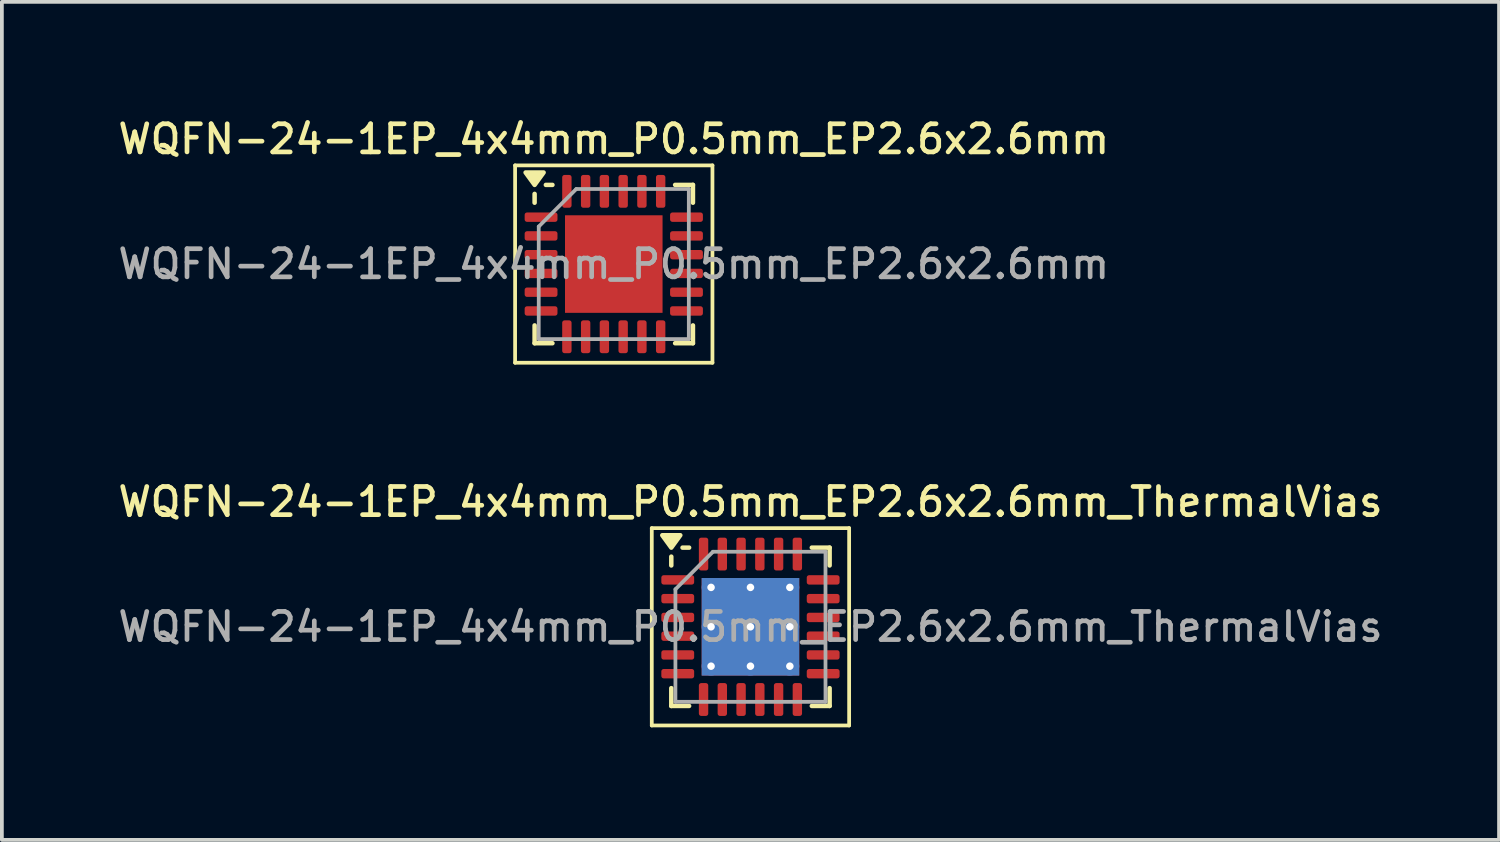
<source format=kicad_pcb>
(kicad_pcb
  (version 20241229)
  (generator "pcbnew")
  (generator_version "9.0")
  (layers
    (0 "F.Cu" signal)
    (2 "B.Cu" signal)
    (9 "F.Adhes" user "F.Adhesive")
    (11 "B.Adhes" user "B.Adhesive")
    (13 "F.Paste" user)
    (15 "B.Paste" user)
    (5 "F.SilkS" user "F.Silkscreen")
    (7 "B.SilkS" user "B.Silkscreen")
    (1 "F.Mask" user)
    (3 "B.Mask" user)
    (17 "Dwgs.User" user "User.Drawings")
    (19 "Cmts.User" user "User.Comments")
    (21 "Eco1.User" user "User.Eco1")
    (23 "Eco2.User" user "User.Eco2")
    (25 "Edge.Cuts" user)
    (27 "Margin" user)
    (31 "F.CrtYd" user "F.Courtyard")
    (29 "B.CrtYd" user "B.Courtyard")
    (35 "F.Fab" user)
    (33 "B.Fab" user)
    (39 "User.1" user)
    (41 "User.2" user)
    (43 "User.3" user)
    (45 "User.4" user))
  (footprint "WQFN-24-1EP_4x4mm_P0.5mm_EP2.6x2.6mm_ThermalVias"
    (layer "F.Cu")
    (at 16.952 13.656)
    (property "Reference" "WQFN-24-1EP_4x4mm_P0.5mm_EP2.6x2.6mm_ThermalVias" (at 0 -3.33 0) (layer "F.SilkS") (effects (font (size 0.75 0.75) (thickness 0.125))))
    (attr smd)
    (fp_line (start -2.63 -2.63) (end -2.63 2.63) (stroke (width 0.1) (type solid)) (layer "F.SilkS"))
    (fp_line (start -2.63 2.63) (end 2.63 2.63) (stroke (width 0.1) (type solid)) (layer "F.SilkS"))
    (fp_line (start -2.11 -1.635) (end -2.11 -1.87) (stroke (width 0.12) (type solid)) (layer "F.SilkS"))
    (fp_line (start -2.11 2.11) (end -2.11 1.635) (stroke (width 0.12) (type solid)) (layer "F.SilkS"))
    (fp_line (start -1.635 -2.11) (end -1.81 -2.11) (stroke (width 0.12) (type solid)) (layer "F.SilkS"))
    (fp_line (start -1.635 2.11) (end -2.11 2.11) (stroke (width 0.12) (type solid)) (layer "F.SilkS"))
    (fp_line (start 1.635 -2.11) (end 2.11 -2.11) (stroke (width 0.12) (type solid)) (layer "F.SilkS"))
    (fp_line (start 1.635 2.11) (end 2.11 2.11) (stroke (width 0.12) (type solid)) (layer "F.SilkS"))
    (fp_line (start 2.11 -2.11) (end 2.11 -1.635) (stroke (width 0.12) (type solid)) (layer "F.SilkS"))
    (fp_line (start 2.11 2.11) (end 2.11 1.635) (stroke (width 0.12) (type solid)) (layer "F.SilkS"))
    (fp_line (start 2.63 -2.63) (end -2.63 -2.63) (stroke (width 0.1) (type solid)) (layer "F.SilkS"))
    (fp_line (start 2.63 2.63) (end 2.63 -2.63) (stroke (width 0.1) (type solid)) (layer "F.SilkS"))
    (fp_poly (pts (xy -2.11 -2.11) (xy -2.35 -2.44) (xy -1.87 -2.44) (xy -2.11 -2.11)) (stroke (width 0.12) (type solid)) (fill yes) (layer "F.SilkS"))
    (fp_line (start -2 -1) (end -1 -2) (stroke (width 0.1) (type solid)) (layer "F.Fab"))
    (fp_line (start -2 2) (end -2 -1) (stroke (width 0.1) (type solid)) (layer "F.Fab"))
    (fp_line (start -1 -2) (end 2 -2) (stroke (width 0.1) (type solid)) (layer "F.Fab"))
    (fp_line (start 2 -2) (end 2 2) (stroke (width 0.1) (type solid)) (layer "F.Fab"))
    (fp_line (start 2 2) (end -2 2) (stroke (width 0.1) (type solid)) (layer "F.Fab"))
    (fp_text user "${REFERENCE}" (at 0 0 0) (layer "F.Fab") (effects (font (size 0.75 0.75) (thickness 0.125))))
    (pad "" smd roundrect (at -0.65 -0.65) (size 1.13 1.13) (layers "F.Paste") (roundrect_rratio 0.221))
    (pad "" smd roundrect (at -0.65 0.65) (size 1.13 1.13) (layers "F.Paste") (roundrect_rratio 0.221))
    (pad "" smd roundrect (at 0.65 -0.65) (size 1.13 1.13) (layers "F.Paste") (roundrect_rratio 0.221))
    (pad "" smd roundrect (at 0.65 0.65) (size 1.13 1.13) (layers "F.Paste") (roundrect_rratio 0.221))
    (pad "1" smd roundrect (at -1.938 -1.25) (size 0.875 0.25) (layers "F.Cu" "F.Mask" "F.Paste") (roundrect_rratio 0.25))
    (pad "2" smd roundrect (at -1.938 -0.75) (size 0.875 0.25) (layers "F.Cu" "F.Mask" "F.Paste") (roundrect_rratio 0.25))
    (pad "3" smd roundrect (at -1.938 -0.25) (size 0.875 0.25) (layers "F.Cu" "F.Mask" "F.Paste") (roundrect_rratio 0.25))
    (pad "4" smd roundrect (at -1.938 0.25) (size 0.875 0.25) (layers "F.Cu" "F.Mask" "F.Paste") (roundrect_rratio 0.25))
    (pad "5" smd roundrect (at -1.938 0.75) (size 0.875 0.25) (layers "F.Cu" "F.Mask" "F.Paste") (roundrect_rratio 0.25))
    (pad "6" smd roundrect (at -1.938 1.25) (size 0.875 0.25) (layers "F.Cu" "F.Mask" "F.Paste") (roundrect_rratio 0.25))
    (pad "7" smd roundrect (at -1.25 1.938) (size 0.25 0.875) (layers "F.Cu" "F.Mask" "F.Paste") (roundrect_rratio 0.25))
    (pad "8" smd roundrect (at -0.75 1.938) (size 0.25 0.875) (layers "F.Cu" "F.Mask" "F.Paste") (roundrect_rratio 0.25))
    (pad "9" smd roundrect (at -0.25 1.938) (size 0.25 0.875) (layers "F.Cu" "F.Mask" "F.Paste") (roundrect_rratio 0.25))
    (pad "10" smd roundrect (at 0.25 1.938) (size 0.25 0.875) (layers "F.Cu" "F.Mask" "F.Paste") (roundrect_rratio 0.25))
    (pad "11" smd roundrect (at 0.75 1.938) (size 0.25 0.875) (layers "F.Cu" "F.Mask" "F.Paste") (roundrect_rratio 0.25))
    (pad "12" smd roundrect (at 1.25 1.938) (size 0.25 0.875) (layers "F.Cu" "F.Mask" "F.Paste") (roundrect_rratio 0.25))
    (pad "13" smd roundrect (at 1.938 1.25) (size 0.875 0.25) (layers "F.Cu" "F.Mask" "F.Paste") (roundrect_rratio 0.25))
    (pad "14" smd roundrect (at 1.938 0.75) (size 0.875 0.25) (layers "F.Cu" "F.Mask" "F.Paste") (roundrect_rratio 0.25))
    (pad "15" smd roundrect (at 1.938 0.25) (size 0.875 0.25) (layers "F.Cu" "F.Mask" "F.Paste") (roundrect_rratio 0.25))
    (pad "16" smd roundrect (at 1.938 -0.25) (size 0.875 0.25) (layers "F.Cu" "F.Mask" "F.Paste") (roundrect_rratio 0.25))
    (pad "17" smd roundrect (at 1.938 -0.75) (size 0.875 0.25) (layers "F.Cu" "F.Mask" "F.Paste") (roundrect_rratio 0.25))
    (pad "18" smd roundrect (at 1.938 -1.25) (size 0.875 0.25) (layers "F.Cu" "F.Mask" "F.Paste") (roundrect_rratio 0.25))
    (pad "19" smd roundrect (at 1.25 -1.938) (size 0.25 0.875) (layers "F.Cu" "F.Mask" "F.Paste") (roundrect_rratio 0.25))
    (pad "20" smd roundrect (at 0.75 -1.938) (size 0.25 0.875) (layers "F.Cu" "F.Mask" "F.Paste") (roundrect_rratio 0.25))
    (pad "21" smd roundrect (at 0.25 -1.938) (size 0.25 0.875) (layers "F.Cu" "F.Mask" "F.Paste") (roundrect_rratio 0.25))
    (pad "22" smd roundrect (at -0.25 -1.938) (size 0.25 0.875) (layers "F.Cu" "F.Mask" "F.Paste") (roundrect_rratio 0.25))
    (pad "23" smd roundrect (at -0.75 -1.938) (size 0.25 0.875) (layers "F.Cu" "F.Mask" "F.Paste") (roundrect_rratio 0.25))
    (pad "24" smd roundrect (at -1.25 -1.938) (size 0.25 0.875) (layers "F.Cu" "F.Mask" "F.Paste") (roundrect_rratio 0.25))
    (pad "25" thru_hole circle (at -1.05 -1.05) (size 0.5 0.5) (drill 0.2) (property pad_prop_heatsink) (layers "*.Cu"))
    (pad "25" thru_hole circle (at -1.05 0) (size 0.5 0.5) (drill 0.2) (property pad_prop_heatsink) (layers "*.Cu"))
    (pad "25" thru_hole circle (at -1.05 1.05) (size 0.5 0.5) (drill 0.2) (property pad_prop_heatsink) (layers "*.Cu"))
    (pad "25" thru_hole circle (at 0 -1.05) (size 0.5 0.5) (drill 0.2) (property pad_prop_heatsink) (layers "*.Cu"))
    (pad "25" thru_hole circle (at 0 0) (size 0.5 0.5) (drill 0.2) (property pad_prop_heatsink) (layers "*.Cu"))
    (pad "25" smd rect (at 0 0) (size 2.6 2.6) (property pad_prop_heatsink) (layers "F.Cu" "F.Mask"))
    (pad "25" smd rect (at 0 0) (size 2.6 2.6) (property pad_prop_heatsink) (layers "B.Cu"))
    (pad "25" thru_hole circle (at 0 1.05) (size 0.5 0.5) (drill 0.2) (property pad_prop_heatsink) (layers "*.Cu"))
    (pad "25" thru_hole circle (at 1.05 -1.05) (size 0.5 0.5) (drill 0.2) (property pad_prop_heatsink) (layers "*.Cu"))
    (pad "25" thru_hole circle (at 1.05 0) (size 0.5 0.5) (drill 0.2) (property pad_prop_heatsink) (layers "*.Cu"))
    (pad "25" thru_hole circle (at 1.05 1.05) (size 0.5 0.5) (drill 0.2) (property pad_prop_heatsink) (layers "*.Cu")))
  (footprint "WQFN-24-1EP_4x4mm_P0.5mm_EP2.6x2.6mm"
    (layer "F.Cu")
    (at 13.309 3.988)
    (property "Reference" "WQFN-24-1EP_4x4mm_P0.5mm_EP2.6x2.6mm" (at 0 -3.33 0) (layer "F.SilkS") (effects (font (size 0.75 0.75) (thickness 0.125))))
    (attr smd)
    (fp_line (start -2.63 -2.63) (end -2.63 2.63) (stroke (width 0.1) (type solid)) (layer "F.SilkS"))
    (fp_line (start -2.63 2.63) (end 2.63 2.63) (stroke (width 0.1) (type solid)) (layer "F.SilkS"))
    (fp_line (start -2.11 -1.635) (end -2.11 -1.87) (stroke (width 0.12) (type solid)) (layer "F.SilkS"))
    (fp_line (start -2.11 2.11) (end -2.11 1.635) (stroke (width 0.12) (type solid)) (layer "F.SilkS"))
    (fp_line (start -1.635 -2.11) (end -1.81 -2.11) (stroke (width 0.12) (type solid)) (layer "F.SilkS"))
    (fp_line (start -1.635 2.11) (end -2.11 2.11) (stroke (width 0.12) (type solid)) (layer "F.SilkS"))
    (fp_line (start 1.635 -2.11) (end 2.11 -2.11) (stroke (width 0.12) (type solid)) (layer "F.SilkS"))
    (fp_line (start 1.635 2.11) (end 2.11 2.11) (stroke (width 0.12) (type solid)) (layer "F.SilkS"))
    (fp_line (start 2.11 -2.11) (end 2.11 -1.635) (stroke (width 0.12) (type solid)) (layer "F.SilkS"))
    (fp_line (start 2.11 2.11) (end 2.11 1.635) (stroke (width 0.12) (type solid)) (layer "F.SilkS"))
    (fp_line (start 2.63 -2.63) (end -2.63 -2.63) (stroke (width 0.1) (type solid)) (layer "F.SilkS"))
    (fp_line (start 2.63 2.63) (end 2.63 -2.63) (stroke (width 0.1) (type solid)) (layer "F.SilkS"))
    (fp_poly (pts (xy -2.11 -2.11) (xy -2.35 -2.44) (xy -1.87 -2.44) (xy -2.11 -2.11)) (stroke (width 0.12) (type solid)) (fill yes) (layer "F.SilkS"))
    (fp_line (start -2 -1) (end -1 -2) (stroke (width 0.1) (type solid)) (layer "F.Fab"))
    (fp_line (start -2 2) (end -2 -1) (stroke (width 0.1) (type solid)) (layer "F.Fab"))
    (fp_line (start -1 -2) (end 2 -2) (stroke (width 0.1) (type solid)) (layer "F.Fab"))
    (fp_line (start 2 -2) (end 2 2) (stroke (width 0.1) (type solid)) (layer "F.Fab"))
    (fp_line (start 2 2) (end -2 2) (stroke (width 0.1) (type solid)) (layer "F.Fab"))
    (fp_text user "${REFERENCE}" (at 0 0 0) (layer "F.Fab") (effects (font (size 0.75 0.75) (thickness 0.125))))
    (pad "" smd roundrect (at -0.65 -0.65) (size 1.05 1.05) (layers "F.Paste") (roundrect_rratio 0.238))
    (pad "" smd roundrect (at -0.65 0.65) (size 1.05 1.05) (layers "F.Paste") (roundrect_rratio 0.238))
    (pad "" smd roundrect (at 0.65 -0.65) (size 1.05 1.05) (layers "F.Paste") (roundrect_rratio 0.238))
    (pad "" smd roundrect (at 0.65 0.65) (size 1.05 1.05) (layers "F.Paste") (roundrect_rratio 0.238))
    (pad "1" smd roundrect (at -1.938 -1.25) (size 0.875 0.25) (layers "F.Cu" "F.Mask" "F.Paste") (roundrect_rratio 0.25))
    (pad "2" smd roundrect (at -1.938 -0.75) (size 0.875 0.25) (layers "F.Cu" "F.Mask" "F.Paste") (roundrect_rratio 0.25))
    (pad "3" smd roundrect (at -1.938 -0.25) (size 0.875 0.25) (layers "F.Cu" "F.Mask" "F.Paste") (roundrect_rratio 0.25))
    (pad "4" smd roundrect (at -1.938 0.25) (size 0.875 0.25) (layers "F.Cu" "F.Mask" "F.Paste") (roundrect_rratio 0.25))
    (pad "5" smd roundrect (at -1.938 0.75) (size 0.875 0.25) (layers "F.Cu" "F.Mask" "F.Paste") (roundrect_rratio 0.25))
    (pad "6" smd roundrect (at -1.938 1.25) (size 0.875 0.25) (layers "F.Cu" "F.Mask" "F.Paste") (roundrect_rratio 0.25))
    (pad "7" smd roundrect (at -1.25 1.938) (size 0.25 0.875) (layers "F.Cu" "F.Mask" "F.Paste") (roundrect_rratio 0.25))
    (pad "8" smd roundrect (at -0.75 1.938) (size 0.25 0.875) (layers "F.Cu" "F.Mask" "F.Paste") (roundrect_rratio 0.25))
    (pad "9" smd roundrect (at -0.25 1.938) (size 0.25 0.875) (layers "F.Cu" "F.Mask" "F.Paste") (roundrect_rratio 0.25))
    (pad "10" smd roundrect (at 0.25 1.938) (size 0.25 0.875) (layers "F.Cu" "F.Mask" "F.Paste") (roundrect_rratio 0.25))
    (pad "11" smd roundrect (at 0.75 1.938) (size 0.25 0.875) (layers "F.Cu" "F.Mask" "F.Paste") (roundrect_rratio 0.25))
    (pad "12" smd roundrect (at 1.25 1.938) (size 0.25 0.875) (layers "F.Cu" "F.Mask" "F.Paste") (roundrect_rratio 0.25))
    (pad "13" smd roundrect (at 1.938 1.25) (size 0.875 0.25) (layers "F.Cu" "F.Mask" "F.Paste") (roundrect_rratio 0.25))
    (pad "14" smd roundrect (at 1.938 0.75) (size 0.875 0.25) (layers "F.Cu" "F.Mask" "F.Paste") (roundrect_rratio 0.25))
    (pad "15" smd roundrect (at 1.938 0.25) (size 0.875 0.25) (layers "F.Cu" "F.Mask" "F.Paste") (roundrect_rratio 0.25))
    (pad "16" smd roundrect (at 1.938 -0.25) (size 0.875 0.25) (layers "F.Cu" "F.Mask" "F.Paste") (roundrect_rratio 0.25))
    (pad "17" smd roundrect (at 1.938 -0.75) (size 0.875 0.25) (layers "F.Cu" "F.Mask" "F.Paste") (roundrect_rratio 0.25))
    (pad "18" smd roundrect (at 1.938 -1.25) (size 0.875 0.25) (layers "F.Cu" "F.Mask" "F.Paste") (roundrect_rratio 0.25))
    (pad "19" smd roundrect (at 1.25 -1.938) (size 0.25 0.875) (layers "F.Cu" "F.Mask" "F.Paste") (roundrect_rratio 0.25))
    (pad "20" smd roundrect (at 0.75 -1.938) (size 0.25 0.875) (layers "F.Cu" "F.Mask" "F.Paste") (roundrect_rratio 0.25))
    (pad "21" smd roundrect (at 0.25 -1.938) (size 0.25 0.875) (layers "F.Cu" "F.Mask" "F.Paste") (roundrect_rratio 0.25))
    (pad "22" smd roundrect (at -0.25 -1.938) (size 0.25 0.875) (layers "F.Cu" "F.Mask" "F.Paste") (roundrect_rratio 0.25))
    (pad "23" smd roundrect (at -0.75 -1.938) (size 0.25 0.875) (layers "F.Cu" "F.Mask" "F.Paste") (roundrect_rratio 0.25))
    (pad "24" smd roundrect (at -1.25 -1.938) (size 0.25 0.875) (layers "F.Cu" "F.Mask" "F.Paste") (roundrect_rratio 0.25))
    (pad "25" smd rect (at 0 0) (size 2.6 2.6) (property pad_prop_heatsink) (layers "F.Cu" "F.Mask")))
  (gr_rect
    (start -3 -3)
    (end 36.904 19.336)
    (stroke (width 0.1) (type default))
    (fill no)
    (layer "Edge.Cuts")))
</source>
